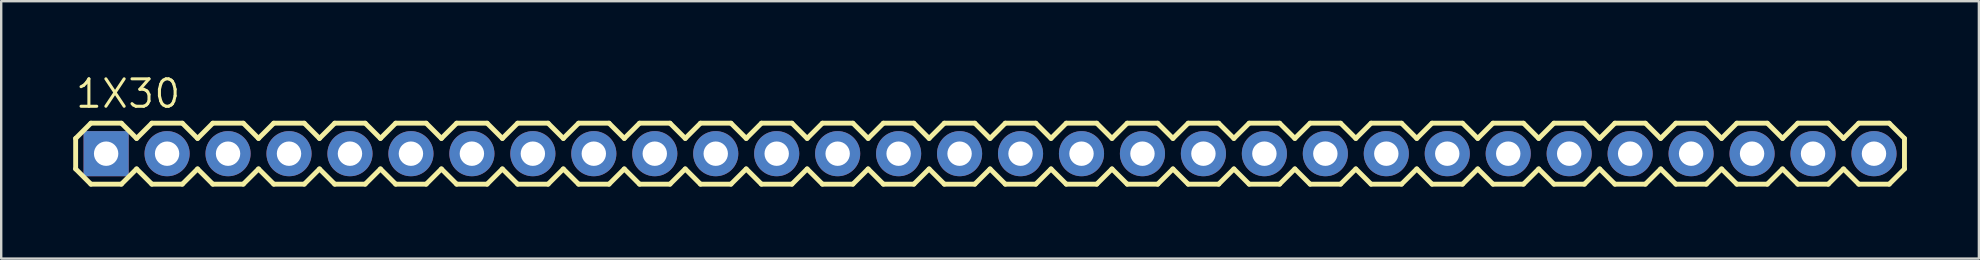
<source format=kicad_pcb>
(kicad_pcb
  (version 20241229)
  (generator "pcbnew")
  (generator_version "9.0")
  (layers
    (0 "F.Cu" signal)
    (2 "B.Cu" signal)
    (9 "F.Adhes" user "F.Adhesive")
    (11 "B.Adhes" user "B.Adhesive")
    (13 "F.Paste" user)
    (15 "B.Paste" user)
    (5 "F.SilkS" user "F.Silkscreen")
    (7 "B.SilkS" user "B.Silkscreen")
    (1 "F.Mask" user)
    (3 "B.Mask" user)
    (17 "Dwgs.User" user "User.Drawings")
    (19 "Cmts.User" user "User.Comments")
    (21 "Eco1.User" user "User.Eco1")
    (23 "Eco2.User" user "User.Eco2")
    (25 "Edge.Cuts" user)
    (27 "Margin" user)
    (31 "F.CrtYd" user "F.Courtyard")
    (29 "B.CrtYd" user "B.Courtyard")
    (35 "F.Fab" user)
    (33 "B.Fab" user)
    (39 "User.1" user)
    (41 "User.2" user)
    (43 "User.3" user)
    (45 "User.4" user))
  (footprint "1X30"
    (layer "F.Cu")
    (at 1.372 3.353)
    (property "Reference" "1X30" (at -1.346 -1.829 0) (layer "F.SilkS") (effects (font (size 1.143 1.143) (thickness 0.127)) (justify left bottom)))
    (fp_line (start -1.27 -0.635) (end -1.27 0.635) (stroke (width 0.203) (type solid)) (layer "F.SilkS"))
    (fp_line (start -1.27 0.635) (end -0.635 1.27) (stroke (width 0.203) (type solid)) (layer "F.SilkS"))
    (fp_line (start -0.635 -1.27) (end -1.27 -0.635) (stroke (width 0.203) (type solid)) (layer "F.SilkS"))
    (fp_line (start -0.635 -1.27) (end 0.635 -1.27) (stroke (width 0.203) (type solid)) (layer "F.SilkS"))
    (fp_line (start 0.635 -1.27) (end 1.27 -0.635) (stroke (width 0.203) (type solid)) (layer "F.SilkS"))
    (fp_line (start 0.635 1.27) (end -0.635 1.27) (stroke (width 0.203) (type solid)) (layer "F.SilkS"))
    (fp_line (start 1.27 -0.635) (end 1.905 -1.27) (stroke (width 0.203) (type solid)) (layer "F.SilkS"))
    (fp_line (start 1.27 0.635) (end 0.635 1.27) (stroke (width 0.203) (type solid)) (layer "F.SilkS"))
    (fp_line (start 1.905 -1.27) (end 3.175 -1.27) (stroke (width 0.203) (type solid)) (layer "F.SilkS"))
    (fp_line (start 1.905 1.27) (end 1.27 0.635) (stroke (width 0.203) (type solid)) (layer "F.SilkS"))
    (fp_line (start 3.175 -1.27) (end 3.81 -0.635) (stroke (width 0.203) (type solid)) (layer "F.SilkS"))
    (fp_line (start 3.175 1.27) (end 1.905 1.27) (stroke (width 0.203) (type solid)) (layer "F.SilkS"))
    (fp_line (start 3.81 -0.635) (end 4.445 -1.27) (stroke (width 0.203) (type solid)) (layer "F.SilkS"))
    (fp_line (start 3.81 0.635) (end 3.175 1.27) (stroke (width 0.203) (type solid)) (layer "F.SilkS"))
    (fp_line (start 4.445 -1.27) (end 5.715 -1.27) (stroke (width 0.203) (type solid)) (layer "F.SilkS"))
    (fp_line (start 4.445 1.27) (end 3.81 0.635) (stroke (width 0.203) (type solid)) (layer "F.SilkS"))
    (fp_line (start 5.715 -1.27) (end 6.35 -0.635) (stroke (width 0.203) (type solid)) (layer "F.SilkS"))
    (fp_line (start 5.715 1.27) (end 4.445 1.27) (stroke (width 0.203) (type solid)) (layer "F.SilkS"))
    (fp_line (start 6.35 0.635) (end 5.715 1.27) (stroke (width 0.203) (type solid)) (layer "F.SilkS"))
    (fp_line (start 6.35 0.635) (end 6.985 1.27) (stroke (width 0.203) (type solid)) (layer "F.SilkS"))
    (fp_line (start 6.985 -1.27) (end 6.35 -0.635) (stroke (width 0.203) (type solid)) (layer "F.SilkS"))
    (fp_line (start 6.985 -1.27) (end 8.255 -1.27) (stroke (width 0.203) (type solid)) (layer "F.SilkS"))
    (fp_line (start 8.255 -1.27) (end 8.89 -0.635) (stroke (width 0.203) (type solid)) (layer "F.SilkS"))
    (fp_line (start 8.255 1.27) (end 6.985 1.27) (stroke (width 0.203) (type solid)) (layer "F.SilkS"))
    (fp_line (start 8.89 -0.635) (end 9.525 -1.27) (stroke (width 0.203) (type solid)) (layer "F.SilkS"))
    (fp_line (start 8.89 0.635) (end 8.255 1.27) (stroke (width 0.203) (type solid)) (layer "F.SilkS"))
    (fp_line (start 9.525 -1.27) (end 10.795 -1.27) (stroke (width 0.203) (type solid)) (layer "F.SilkS"))
    (fp_line (start 9.525 1.27) (end 8.89 0.635) (stroke (width 0.203) (type solid)) (layer "F.SilkS"))
    (fp_line (start 10.795 -1.27) (end 11.43 -0.635) (stroke (width 0.203) (type solid)) (layer "F.SilkS"))
    (fp_line (start 10.795 1.27) (end 9.525 1.27) (stroke (width 0.203) (type solid)) (layer "F.SilkS"))
    (fp_line (start 11.43 -0.635) (end 12.065 -1.27) (stroke (width 0.203) (type solid)) (layer "F.SilkS"))
    (fp_line (start 11.43 0.635) (end 10.795 1.27) (stroke (width 0.203) (type solid)) (layer "F.SilkS"))
    (fp_line (start 12.065 -1.27) (end 13.335 -1.27) (stroke (width 0.203) (type solid)) (layer "F.SilkS"))
    (fp_line (start 12.065 1.27) (end 11.43 0.635) (stroke (width 0.203) (type solid)) (layer "F.SilkS"))
    (fp_line (start 13.335 -1.27) (end 13.97 -0.635) (stroke (width 0.203) (type solid)) (layer "F.SilkS"))
    (fp_line (start 13.335 1.27) (end 12.065 1.27) (stroke (width 0.203) (type solid)) (layer "F.SilkS"))
    (fp_line (start 13.97 0.635) (end 13.335 1.27) (stroke (width 0.203) (type solid)) (layer "F.SilkS"))
    (fp_line (start 13.97 0.635) (end 14.605 1.27) (stroke (width 0.203) (type solid)) (layer "F.SilkS"))
    (fp_line (start 14.605 -1.27) (end 13.97 -0.635) (stroke (width 0.203) (type solid)) (layer "F.SilkS"))
    (fp_line (start 14.605 -1.27) (end 15.875 -1.27) (stroke (width 0.203) (type solid)) (layer "F.SilkS"))
    (fp_line (start 15.875 -1.27) (end 16.51 -0.635) (stroke (width 0.203) (type solid)) (layer "F.SilkS"))
    (fp_line (start 15.875 1.27) (end 14.605 1.27) (stroke (width 0.203) (type solid)) (layer "F.SilkS"))
    (fp_line (start 16.51 0.635) (end 15.875 1.27) (stroke (width 0.203) (type solid)) (layer "F.SilkS"))
    (fp_line (start 16.51 0.635) (end 17.145 1.27) (stroke (width 0.203) (type solid)) (layer "F.SilkS"))
    (fp_line (start 17.145 -1.27) (end 16.51 -0.635) (stroke (width 0.203) (type solid)) (layer "F.SilkS"))
    (fp_line (start 17.145 -1.27) (end 18.415 -1.27) (stroke (width 0.203) (type solid)) (layer "F.SilkS"))
    (fp_line (start 18.415 -1.27) (end 19.05 -0.635) (stroke (width 0.203) (type solid)) (layer "F.SilkS"))
    (fp_line (start 18.415 1.27) (end 17.145 1.27) (stroke (width 0.203) (type solid)) (layer "F.SilkS"))
    (fp_line (start 19.05 -0.635) (end 19.685 -1.27) (stroke (width 0.203) (type solid)) (layer "F.SilkS"))
    (fp_line (start 19.05 0.635) (end 18.415 1.27) (stroke (width 0.203) (type solid)) (layer "F.SilkS"))
    (fp_line (start 19.685 -1.27) (end 20.955 -1.27) (stroke (width 0.203) (type solid)) (layer "F.SilkS"))
    (fp_line (start 19.685 1.27) (end 19.05 0.635) (stroke (width 0.203) (type solid)) (layer "F.SilkS"))
    (fp_line (start 20.955 -1.27) (end 21.59 -0.635) (stroke (width 0.203) (type solid)) (layer "F.SilkS"))
    (fp_line (start 20.955 1.27) (end 19.685 1.27) (stroke (width 0.203) (type solid)) (layer "F.SilkS"))
    (fp_line (start 21.59 -0.635) (end 22.225 -1.27) (stroke (width 0.203) (type solid)) (layer "F.SilkS"))
    (fp_line (start 21.59 0.635) (end 20.955 1.27) (stroke (width 0.203) (type solid)) (layer "F.SilkS"))
    (fp_line (start 22.225 -1.27) (end 23.495 -1.27) (stroke (width 0.203) (type solid)) (layer "F.SilkS"))
    (fp_line (start 22.225 1.27) (end 21.59 0.635) (stroke (width 0.203) (type solid)) (layer "F.SilkS"))
    (fp_line (start 23.495 -1.27) (end 24.13 -0.635) (stroke (width 0.203) (type solid)) (layer "F.SilkS"))
    (fp_line (start 23.495 1.27) (end 22.225 1.27) (stroke (width 0.203) (type solid)) (layer "F.SilkS"))
    (fp_line (start 24.13 0.635) (end 23.495 1.27) (stroke (width 0.203) (type solid)) (layer "F.SilkS"))
    (fp_line (start 24.13 0.635) (end 24.765 1.27) (stroke (width 0.203) (type solid)) (layer "F.SilkS"))
    (fp_line (start 24.765 -1.27) (end 24.13 -0.635) (stroke (width 0.203) (type solid)) (layer "F.SilkS"))
    (fp_line (start 24.765 -1.27) (end 26.035 -1.27) (stroke (width 0.203) (type solid)) (layer "F.SilkS"))
    (fp_line (start 26.035 -1.27) (end 26.67 -0.635) (stroke (width 0.203) (type solid)) (layer "F.SilkS"))
    (fp_line (start 26.035 1.27) (end 24.765 1.27) (stroke (width 0.203) (type solid)) (layer "F.SilkS"))
    (fp_line (start 26.67 -0.635) (end 27.305 -1.27) (stroke (width 0.203) (type solid)) (layer "F.SilkS"))
    (fp_line (start 26.67 0.635) (end 26.035 1.27) (stroke (width 0.203) (type solid)) (layer "F.SilkS"))
    (fp_line (start 27.305 -1.27) (end 28.575 -1.27) (stroke (width 0.203) (type solid)) (layer "F.SilkS"))
    (fp_line (start 27.305 1.27) (end 26.67 0.635) (stroke (width 0.203) (type solid)) (layer "F.SilkS"))
    (fp_line (start 28.575 -1.27) (end 29.21 -0.635) (stroke (width 0.203) (type solid)) (layer "F.SilkS"))
    (fp_line (start 28.575 1.27) (end 27.305 1.27) (stroke (width 0.203) (type solid)) (layer "F.SilkS"))
    (fp_line (start 29.21 -0.635) (end 29.845 -1.27) (stroke (width 0.203) (type solid)) (layer "F.SilkS"))
    (fp_line (start 29.21 0.635) (end 28.575 1.27) (stroke (width 0.203) (type solid)) (layer "F.SilkS"))
    (fp_line (start 29.845 -1.27) (end 31.115 -1.27) (stroke (width 0.203) (type solid)) (layer "F.SilkS"))
    (fp_line (start 29.845 1.27) (end 29.21 0.635) (stroke (width 0.203) (type solid)) (layer "F.SilkS"))
    (fp_line (start 31.115 -1.27) (end 31.75 -0.635) (stroke (width 0.203) (type solid)) (layer "F.SilkS"))
    (fp_line (start 31.115 1.27) (end 29.845 1.27) (stroke (width 0.203) (type solid)) (layer "F.SilkS"))
    (fp_line (start 31.75 0.635) (end 31.115 1.27) (stroke (width 0.203) (type solid)) (layer "F.SilkS"))
    (fp_line (start 31.75 0.635) (end 32.385 1.27) (stroke (width 0.203) (type solid)) (layer "F.SilkS"))
    (fp_line (start 32.385 -1.27) (end 31.75 -0.635) (stroke (width 0.203) (type solid)) (layer "F.SilkS"))
    (fp_line (start 32.385 -1.27) (end 33.655 -1.27) (stroke (width 0.203) (type solid)) (layer "F.SilkS"))
    (fp_line (start 33.655 -1.27) (end 34.29 -0.635) (stroke (width 0.203) (type solid)) (layer "F.SilkS"))
    (fp_line (start 33.655 1.27) (end 32.385 1.27) (stroke (width 0.203) (type solid)) (layer "F.SilkS"))
    (fp_line (start 34.29 0.635) (end 33.655 1.27) (stroke (width 0.203) (type solid)) (layer "F.SilkS"))
    (fp_line (start 34.29 0.635) (end 34.925 1.27) (stroke (width 0.203) (type solid)) (layer "F.SilkS"))
    (fp_line (start 34.925 -1.27) (end 34.29 -0.635) (stroke (width 0.203) (type solid)) (layer "F.SilkS"))
    (fp_line (start 34.925 -1.27) (end 36.195 -1.27) (stroke (width 0.203) (type solid)) (layer "F.SilkS"))
    (fp_line (start 36.195 -1.27) (end 36.83 -0.635) (stroke (width 0.203) (type solid)) (layer "F.SilkS"))
    (fp_line (start 36.195 1.27) (end 34.925 1.27) (stroke (width 0.203) (type solid)) (layer "F.SilkS"))
    (fp_line (start 36.83 0.635) (end 36.195 1.27) (stroke (width 0.203) (type solid)) (layer "F.SilkS"))
    (fp_line (start 36.83 0.635) (end 37.465 1.27) (stroke (width 0.203) (type solid)) (layer "F.SilkS"))
    (fp_line (start 37.465 -1.27) (end 36.83 -0.635) (stroke (width 0.203) (type solid)) (layer "F.SilkS"))
    (fp_line (start 37.465 -1.27) (end 38.735 -1.27) (stroke (width 0.203) (type solid)) (layer "F.SilkS"))
    (fp_line (start 38.735 -1.27) (end 39.37 -0.635) (stroke (width 0.203) (type solid)) (layer "F.SilkS"))
    (fp_line (start 38.735 1.27) (end 37.465 1.27) (stroke (width 0.203) (type solid)) (layer "F.SilkS"))
    (fp_line (start 39.37 0.635) (end 38.735 1.27) (stroke (width 0.203) (type solid)) (layer "F.SilkS"))
    (fp_line (start 39.37 0.635) (end 40.005 1.27) (stroke (width 0.203) (type solid)) (layer "F.SilkS"))
    (fp_line (start 40.005 -1.27) (end 39.37 -0.635) (stroke (width 0.203) (type solid)) (layer "F.SilkS"))
    (fp_line (start 40.005 -1.27) (end 41.275 -1.27) (stroke (width 0.203) (type solid)) (layer "F.SilkS"))
    (fp_line (start 41.275 -1.27) (end 41.91 -0.635) (stroke (width 0.203) (type solid)) (layer "F.SilkS"))
    (fp_line (start 41.275 1.27) (end 40.005 1.27) (stroke (width 0.203) (type solid)) (layer "F.SilkS"))
    (fp_line (start 41.91 0.635) (end 41.275 1.27) (stroke (width 0.203) (type solid)) (layer "F.SilkS"))
    (fp_line (start 41.91 0.635) (end 42.545 1.27) (stroke (width 0.203) (type solid)) (layer "F.SilkS"))
    (fp_line (start 42.545 -1.27) (end 41.91 -0.635) (stroke (width 0.203) (type solid)) (layer "F.SilkS"))
    (fp_line (start 42.545 -1.27) (end 43.815 -1.27) (stroke (width 0.203) (type solid)) (layer "F.SilkS"))
    (fp_line (start 43.815 -1.27) (end 44.45 -0.635) (stroke (width 0.203) (type solid)) (layer "F.SilkS"))
    (fp_line (start 43.815 1.27) (end 42.545 1.27) (stroke (width 0.203) (type solid)) (layer "F.SilkS"))
    (fp_line (start 44.45 0.635) (end 43.815 1.27) (stroke (width 0.203) (type solid)) (layer "F.SilkS"))
    (fp_line (start 44.45 0.635) (end 45.085 1.27) (stroke (width 0.203) (type solid)) (layer "F.SilkS"))
    (fp_line (start 45.085 -1.27) (end 44.45 -0.635) (stroke (width 0.203) (type solid)) (layer "F.SilkS"))
    (fp_line (start 45.085 -1.27) (end 46.355 -1.27) (stroke (width 0.203) (type solid)) (layer "F.SilkS"))
    (fp_line (start 46.355 -1.27) (end 46.99 -0.635) (stroke (width 0.203) (type solid)) (layer "F.SilkS"))
    (fp_line (start 46.355 1.27) (end 45.085 1.27) (stroke (width 0.203) (type solid)) (layer "F.SilkS"))
    (fp_line (start 46.99 0.635) (end 46.355 1.27) (stroke (width 0.203) (type solid)) (layer "F.SilkS"))
    (fp_line (start 46.99 0.635) (end 47.625 1.27) (stroke (width 0.203) (type solid)) (layer "F.SilkS"))
    (fp_line (start 47.625 -1.27) (end 46.99 -0.635) (stroke (width 0.203) (type solid)) (layer "F.SilkS"))
    (fp_line (start 47.625 -1.27) (end 48.895 -1.27) (stroke (width 0.203) (type solid)) (layer "F.SilkS"))
    (fp_line (start 48.895 -1.27) (end 49.53 -0.635) (stroke (width 0.203) (type solid)) (layer "F.SilkS"))
    (fp_line (start 48.895 1.27) (end 47.625 1.27) (stroke (width 0.203) (type solid)) (layer "F.SilkS"))
    (fp_line (start 49.53 0.635) (end 48.895 1.27) (stroke (width 0.203) (type solid)) (layer "F.SilkS"))
    (fp_line (start 49.53 0.635) (end 50.165 1.27) (stroke (width 0.203) (type solid)) (layer "F.SilkS"))
    (fp_line (start 50.165 -1.27) (end 49.53 -0.635) (stroke (width 0.203) (type solid)) (layer "F.SilkS"))
    (fp_line (start 50.165 -1.27) (end 51.435 -1.27) (stroke (width 0.203) (type solid)) (layer "F.SilkS"))
    (fp_line (start 51.435 -1.27) (end 52.07 -0.635) (stroke (width 0.203) (type solid)) (layer "F.SilkS"))
    (fp_line (start 51.435 1.27) (end 50.165 1.27) (stroke (width 0.203) (type solid)) (layer "F.SilkS"))
    (fp_line (start 52.07 0.635) (end 51.435 1.27) (stroke (width 0.203) (type solid)) (layer "F.SilkS"))
    (fp_line (start 52.07 0.635) (end 52.705 1.27) (stroke (width 0.203) (type solid)) (layer "F.SilkS"))
    (fp_line (start 52.705 -1.27) (end 52.07 -0.635) (stroke (width 0.203) (type solid)) (layer "F.SilkS"))
    (fp_line (start 52.705 -1.27) (end 53.975 -1.27) (stroke (width 0.203) (type solid)) (layer "F.SilkS"))
    (fp_line (start 53.975 -1.27) (end 54.61 -0.635) (stroke (width 0.203) (type solid)) (layer "F.SilkS"))
    (fp_line (start 53.975 1.27) (end 52.705 1.27) (stroke (width 0.203) (type solid)) (layer "F.SilkS"))
    (fp_line (start 54.61 0.635) (end 53.975 1.27) (stroke (width 0.203) (type solid)) (layer "F.SilkS"))
    (fp_line (start 54.61 0.635) (end 55.245 1.27) (stroke (width 0.203) (type solid)) (layer "F.SilkS"))
    (fp_line (start 55.245 -1.27) (end 54.61 -0.635) (stroke (width 0.203) (type solid)) (layer "F.SilkS"))
    (fp_line (start 55.245 -1.27) (end 56.515 -1.27) (stroke (width 0.203) (type solid)) (layer "F.SilkS"))
    (fp_line (start 56.515 -1.27) (end 57.15 -0.635) (stroke (width 0.203) (type solid)) (layer "F.SilkS"))
    (fp_line (start 56.515 1.27) (end 55.245 1.27) (stroke (width 0.203) (type solid)) (layer "F.SilkS"))
    (fp_line (start 57.15 -0.635) (end 57.785 -1.27) (stroke (width 0.203) (type solid)) (layer "F.SilkS"))
    (fp_line (start 57.15 0.635) (end 56.515 1.27) (stroke (width 0.203) (type solid)) (layer "F.SilkS"))
    (fp_line (start 57.15 0.635) (end 57.785 1.27) (stroke (width 0.203) (type solid)) (layer "F.SilkS"))
    (fp_line (start 57.785 -1.27) (end 59.055 -1.27) (stroke (width 0.203) (type solid)) (layer "F.SilkS"))
    (fp_line (start 59.055 -1.27) (end 59.69 -0.635) (stroke (width 0.203) (type solid)) (layer "F.SilkS"))
    (fp_line (start 59.055 1.27) (end 57.785 1.27) (stroke (width 0.203) (type solid)) (layer "F.SilkS"))
    (fp_line (start 59.69 0.635) (end 59.055 1.27) (stroke (width 0.203) (type solid)) (layer "F.SilkS"))
    (fp_line (start 59.69 0.635) (end 60.325 1.27) (stroke (width 0.203) (type solid)) (layer "F.SilkS"))
    (fp_line (start 60.325 -1.27) (end 59.69 -0.635) (stroke (width 0.203) (type solid)) (layer "F.SilkS"))
    (fp_line (start 60.325 -1.27) (end 61.595 -1.27) (stroke (width 0.203) (type solid)) (layer "F.SilkS"))
    (fp_line (start 61.595 -1.27) (end 62.23 -0.635) (stroke (width 0.203) (type solid)) (layer "F.SilkS"))
    (fp_line (start 61.595 1.27) (end 60.325 1.27) (stroke (width 0.203) (type solid)) (layer "F.SilkS"))
    (fp_line (start 62.23 -0.635) (end 62.865 -1.27) (stroke (width 0.203) (type solid)) (layer "F.SilkS"))
    (fp_line (start 62.23 0.635) (end 61.595 1.27) (stroke (width 0.203) (type solid)) (layer "F.SilkS"))
    (fp_line (start 62.23 0.635) (end 62.865 1.27) (stroke (width 0.203) (type solid)) (layer "F.SilkS"))
    (fp_line (start 62.865 -1.27) (end 64.135 -1.27) (stroke (width 0.203) (type solid)) (layer "F.SilkS"))
    (fp_line (start 64.135 -1.27) (end 64.77 -0.635) (stroke (width 0.203) (type solid)) (layer "F.SilkS"))
    (fp_line (start 64.135 1.27) (end 62.865 1.27) (stroke (width 0.203) (type solid)) (layer "F.SilkS"))
    (fp_line (start 64.77 0.635) (end 64.135 1.27) (stroke (width 0.203) (type solid)) (layer "F.SilkS"))
    (fp_line (start 64.77 0.635) (end 65.405 1.27) (stroke (width 0.203) (type solid)) (layer "F.SilkS"))
    (fp_line (start 65.405 -1.27) (end 64.77 -0.635) (stroke (width 0.203) (type solid)) (layer "F.SilkS"))
    (fp_line (start 65.405 -1.27) (end 66.675 -1.27) (stroke (width 0.203) (type solid)) (layer "F.SilkS"))
    (fp_line (start 66.675 -1.27) (end 67.31 -0.635) (stroke (width 0.203) (type solid)) (layer "F.SilkS"))
    (fp_line (start 66.675 1.27) (end 65.405 1.27) (stroke (width 0.203) (type solid)) (layer "F.SilkS"))
    (fp_line (start 67.31 -0.635) (end 67.945 -1.27) (stroke (width 0.203) (type solid)) (layer "F.SilkS"))
    (fp_line (start 67.31 0.635) (end 66.675 1.27) (stroke (width 0.203) (type solid)) (layer "F.SilkS"))
    (fp_line (start 67.31 0.635) (end 67.945 1.27) (stroke (width 0.203) (type solid)) (layer "F.SilkS"))
    (fp_line (start 67.945 -1.27) (end 69.215 -1.27) (stroke (width 0.203) (type solid)) (layer "F.SilkS"))
    (fp_line (start 69.215 -1.27) (end 69.85 -0.635) (stroke (width 0.203) (type solid)) (layer "F.SilkS"))
    (fp_line (start 69.215 1.27) (end 67.945 1.27) (stroke (width 0.203) (type solid)) (layer "F.SilkS"))
    (fp_line (start 69.85 0.635) (end 69.215 1.27) (stroke (width 0.203) (type solid)) (layer "F.SilkS"))
    (fp_line (start 69.85 0.635) (end 70.485 1.27) (stroke (width 0.203) (type solid)) (layer "F.SilkS"))
    (fp_line (start 70.485 -1.27) (end 69.85 -0.635) (stroke (width 0.203) (type solid)) (layer "F.SilkS"))
    (fp_line (start 70.485 -1.27) (end 71.755 -1.27) (stroke (width 0.203) (type solid)) (layer "F.SilkS"))
    (fp_line (start 71.755 -1.27) (end 72.39 -0.635) (stroke (width 0.203) (type solid)) (layer "F.SilkS"))
    (fp_line (start 71.755 1.27) (end 70.485 1.27) (stroke (width 0.203) (type solid)) (layer "F.SilkS"))
    (fp_line (start 72.39 0.635) (end 71.755 1.27) (stroke (width 0.203) (type solid)) (layer "F.SilkS"))
    (fp_line (start 72.39 0.635) (end 73.025 1.27) (stroke (width 0.203) (type solid)) (layer "F.SilkS"))
    (fp_line (start 73.025 -1.27) (end 72.39 -0.635) (stroke (width 0.203) (type solid)) (layer "F.SilkS"))
    (fp_line (start 73.025 -1.27) (end 74.295 -1.27) (stroke (width 0.203) (type solid)) (layer "F.SilkS"))
    (fp_line (start 74.295 -1.27) (end 74.93 -0.635) (stroke (width 0.203) (type solid)) (layer "F.SilkS"))
    (fp_line (start 74.295 1.27) (end 73.025 1.27) (stroke (width 0.203) (type solid)) (layer "F.SilkS"))
    (fp_line (start 74.93 -0.635) (end 74.93 0.635) (stroke (width 0.203) (type solid)) (layer "F.SilkS"))
    (fp_line (start 74.93 0.635) (end 74.295 1.27) (stroke (width 0.203) (type solid)) (layer "F.SilkS"))
    (fp_poly (pts (xy -0.254 0.254) (xy 0.254 0.254) (xy 0.254 -0.254) (xy -0.254 -0.254)) (stroke (width 0.1) (type default)) (fill no) (layer "F.Fab"))
    (fp_poly (pts (xy 2.286 0.254) (xy 2.794 0.254) (xy 2.794 -0.254) (xy 2.286 -0.254)) (stroke (width 0.1) (type default)) (fill no) (layer "F.Fab"))
    (fp_poly (pts (xy 4.826 0.254) (xy 5.334 0.254) (xy 5.334 -0.254) (xy 4.826 -0.254)) (stroke (width 0.1) (type default)) (fill no) (layer "F.Fab"))
    (fp_poly (pts (xy 7.366 0.254) (xy 7.874 0.254) (xy 7.874 -0.254) (xy 7.366 -0.254)) (stroke (width 0.1) (type default)) (fill no) (layer "F.Fab"))
    (fp_poly (pts (xy 9.906 0.254) (xy 10.414 0.254) (xy 10.414 -0.254) (xy 9.906 -0.254)) (stroke (width 0.1) (type default)) (fill no) (layer "F.Fab"))
    (fp_poly (pts (xy 12.446 0.254) (xy 12.954 0.254) (xy 12.954 -0.254) (xy 12.446 -0.254)) (stroke (width 0.1) (type default)) (fill no) (layer "F.Fab"))
    (fp_poly (pts (xy 14.986 0.254) (xy 15.494 0.254) (xy 15.494 -0.254) (xy 14.986 -0.254)) (stroke (width 0.1) (type default)) (fill no) (layer "F.Fab"))
    (fp_poly (pts (xy 17.526 0.254) (xy 18.034 0.254) (xy 18.034 -0.254) (xy 17.526 -0.254)) (stroke (width 0.1) (type default)) (fill no) (layer "F.Fab"))
    (fp_poly (pts (xy 20.066 0.254) (xy 20.574 0.254) (xy 20.574 -0.254) (xy 20.066 -0.254)) (stroke (width 0.1) (type default)) (fill no) (layer "F.Fab"))
    (fp_poly (pts (xy 22.606 0.254) (xy 23.114 0.254) (xy 23.114 -0.254) (xy 22.606 -0.254)) (stroke (width 0.1) (type default)) (fill no) (layer "F.Fab"))
    (fp_poly (pts (xy 25.146 0.254) (xy 25.654 0.254) (xy 25.654 -0.254) (xy 25.146 -0.254)) (stroke (width 0.1) (type default)) (fill no) (layer "F.Fab"))
    (fp_poly (pts (xy 27.686 0.254) (xy 28.194 0.254) (xy 28.194 -0.254) (xy 27.686 -0.254)) (stroke (width 0.1) (type default)) (fill no) (layer "F.Fab"))
    (fp_poly (pts (xy 30.226 0.254) (xy 30.734 0.254) (xy 30.734 -0.254) (xy 30.226 -0.254)) (stroke (width 0.1) (type default)) (fill no) (layer "F.Fab"))
    (fp_poly (pts (xy 32.766 0.254) (xy 33.274 0.254) (xy 33.274 -0.254) (xy 32.766 -0.254)) (stroke (width 0.1) (type default)) (fill no) (layer "F.Fab"))
    (fp_poly (pts (xy 35.306 0.254) (xy 35.814 0.254) (xy 35.814 -0.254) (xy 35.306 -0.254)) (stroke (width 0.1) (type default)) (fill no) (layer "F.Fab"))
    (fp_poly (pts (xy 37.846 0.254) (xy 38.354 0.254) (xy 38.354 -0.254) (xy 37.846 -0.254)) (stroke (width 0.1) (type default)) (fill no) (layer "F.Fab"))
    (fp_poly (pts (xy 40.386 0.254) (xy 40.894 0.254) (xy 40.894 -0.254) (xy 40.386 -0.254)) (stroke (width 0.1) (type default)) (fill no) (layer "F.Fab"))
    (fp_poly (pts (xy 42.926 0.254) (xy 43.434 0.254) (xy 43.434 -0.254) (xy 42.926 -0.254)) (stroke (width 0.1) (type default)) (fill no) (layer "F.Fab"))
    (fp_poly (pts (xy 45.466 0.254) (xy 45.974 0.254) (xy 45.974 -0.254) (xy 45.466 -0.254)) (stroke (width 0.1) (type default)) (fill no) (layer "F.Fab"))
    (fp_poly (pts (xy 48.006 0.254) (xy 48.514 0.254) (xy 48.514 -0.254) (xy 48.006 -0.254)) (stroke (width 0.1) (type default)) (fill no) (layer "F.Fab"))
    (fp_poly (pts (xy 50.546 0.254) (xy 51.054 0.254) (xy 51.054 -0.254) (xy 50.546 -0.254)) (stroke (width 0.1) (type default)) (fill no) (layer "F.Fab"))
    (fp_poly (pts (xy 53.086 0.254) (xy 53.594 0.254) (xy 53.594 -0.254) (xy 53.086 -0.254)) (stroke (width 0.1) (type default)) (fill no) (layer "F.Fab"))
    (fp_poly (pts (xy 55.626 0.254) (xy 56.134 0.254) (xy 56.134 -0.254) (xy 55.626 -0.254)) (stroke (width 0.1) (type default)) (fill no) (layer "F.Fab"))
    (fp_poly (pts (xy 58.166 0.254) (xy 58.674 0.254) (xy 58.674 -0.254) (xy 58.166 -0.254)) (stroke (width 0.1) (type default)) (fill no) (layer "F.Fab"))
    (fp_poly (pts (xy 60.706 0.254) (xy 61.214 0.254) (xy 61.214 -0.254) (xy 60.706 -0.254)) (stroke (width 0.1) (type default)) (fill no) (layer "F.Fab"))
    (fp_poly (pts (xy 63.246 0.254) (xy 63.754 0.254) (xy 63.754 -0.254) (xy 63.246 -0.254)) (stroke (width 0.1) (type default)) (fill no) (layer "F.Fab"))
    (fp_poly (pts (xy 65.786 0.254) (xy 66.294 0.254) (xy 66.294 -0.254) (xy 65.786 -0.254)) (stroke (width 0.1) (type default)) (fill no) (layer "F.Fab"))
    (fp_poly (pts (xy 68.326 0.254) (xy 68.834 0.254) (xy 68.834 -0.254) (xy 68.326 -0.254)) (stroke (width 0.1) (type default)) (fill no) (layer "F.Fab"))
    (fp_poly (pts (xy 70.866 0.254) (xy 71.374 0.254) (xy 71.374 -0.254) (xy 70.866 -0.254)) (stroke (width 0.1) (type default)) (fill no) (layer "F.Fab"))
    (fp_poly (pts (xy 73.406 0.254) (xy 73.914 0.254) (xy 73.914 -0.254) (xy 73.406 -0.254)) (stroke (width 0.1) (type default)) (fill no) (layer "F.Fab"))
    (pad "1" thru_hole rect (at 0 0 90) (size 1.88 1.88) (drill 1.016) (layers "*.Cu" "*.Mask"))
    (pad "2" thru_hole circle (at 2.54 0 90) (size 1.88 1.88) (drill 1.016) (layers "*.Cu" "*.Mask"))
    (pad "3" thru_hole circle (at 5.08 0 90) (size 1.88 1.88) (drill 1.016) (layers "*.Cu" "*.Mask"))
    (pad "4" thru_hole circle (at 7.62 0 90) (size 1.88 1.88) (drill 1.016) (layers "*.Cu" "*.Mask"))
    (pad "5" thru_hole circle (at 10.16 0 90) (size 1.88 1.88) (drill 1.016) (layers "*.Cu" "*.Mask"))
    (pad "6" thru_hole circle (at 12.7 0 90) (size 1.88 1.88) (drill 1.016) (layers "*.Cu" "*.Mask"))
    (pad "7" thru_hole circle (at 15.24 0 90) (size 1.88 1.88) (drill 1.016) (layers "*.Cu" "*.Mask"))
    (pad "8" thru_hole circle (at 17.78 0 90) (size 1.88 1.88) (drill 1.016) (layers "*.Cu" "*.Mask"))
    (pad "9" thru_hole circle (at 20.32 0 90) (size 1.88 1.88) (drill 1.016) (layers "*.Cu" "*.Mask"))
    (pad "10" thru_hole circle (at 22.86 0 90) (size 1.88 1.88) (drill 1.016) (layers "*.Cu" "*.Mask"))
    (pad "11" thru_hole circle (at 25.4 0 90) (size 1.88 1.88) (drill 1.016) (layers "*.Cu" "*.Mask"))
    (pad "12" thru_hole circle (at 27.94 0 90) (size 1.88 1.88) (drill 1.016) (layers "*.Cu" "*.Mask"))
    (pad "13" thru_hole circle (at 30.48 0 90) (size 1.88 1.88) (drill 1.016) (layers "*.Cu" "*.Mask"))
    (pad "14" thru_hole circle (at 33.02 0 90) (size 1.88 1.88) (drill 1.016) (layers "*.Cu" "*.Mask"))
    (pad "15" thru_hole circle (at 35.56 0 90) (size 1.88 1.88) (drill 1.016) (layers "*.Cu" "*.Mask"))
    (pad "16" thru_hole circle (at 38.1 0 90) (size 1.88 1.88) (drill 1.016) (layers "*.Cu" "*.Mask"))
    (pad "17" thru_hole circle (at 40.64 0 90) (size 1.88 1.88) (drill 1.016) (layers "*.Cu" "*.Mask"))
    (pad "18" thru_hole circle (at 43.18 0 90) (size 1.88 1.88) (drill 1.016) (layers "*.Cu" "*.Mask"))
    (pad "19" thru_hole circle (at 45.72 0 90) (size 1.88 1.88) (drill 1.016) (layers "*.Cu" "*.Mask"))
    (pad "20" thru_hole circle (at 48.26 0 90) (size 1.88 1.88) (drill 1.016) (layers "*.Cu" "*.Mask"))
    (pad "21" thru_hole circle (at 50.8 0 90) (size 1.88 1.88) (drill 1.016) (layers "*.Cu" "*.Mask"))
    (pad "22" thru_hole circle (at 53.34 0 90) (size 1.88 1.88) (drill 1.016) (layers "*.Cu" "*.Mask"))
    (pad "23" thru_hole circle (at 55.88 0 90) (size 1.88 1.88) (drill 1.016) (layers "*.Cu" "*.Mask"))
    (pad "24" thru_hole circle (at 58.42 0 90) (size 1.88 1.88) (drill 1.016) (layers "*.Cu" "*.Mask"))
    (pad "25" thru_hole circle (at 60.96 0 90) (size 1.88 1.88) (drill 1.016) (layers "*.Cu" "*.Mask"))
    (pad "26" thru_hole circle (at 63.5 0 90) (size 1.88 1.88) (drill 1.016) (layers "*.Cu" "*.Mask"))
    (pad "27" thru_hole circle (at 66.04 0 90) (size 1.88 1.88) (drill 1.016) (layers "*.Cu" "*.Mask"))
    (pad "28" thru_hole circle (at 68.58 0 90) (size 1.88 1.88) (drill 1.016) (layers "*.Cu" "*.Mask"))
    (pad "29" thru_hole circle (at 71.12 0 90) (size 1.88 1.88) (drill 1.016) (layers "*.Cu" "*.Mask"))
    (pad "30" thru_hole circle (at 73.66 0 90) (size 1.88 1.88) (drill 1.016) (layers "*.Cu" "*.Mask")))
  (gr_rect
    (start -3 -3)
    (end 79.403 7.724)
    (stroke (width 0.1) (type default))
    (fill no)
    (layer "Edge.Cuts")))
</source>
